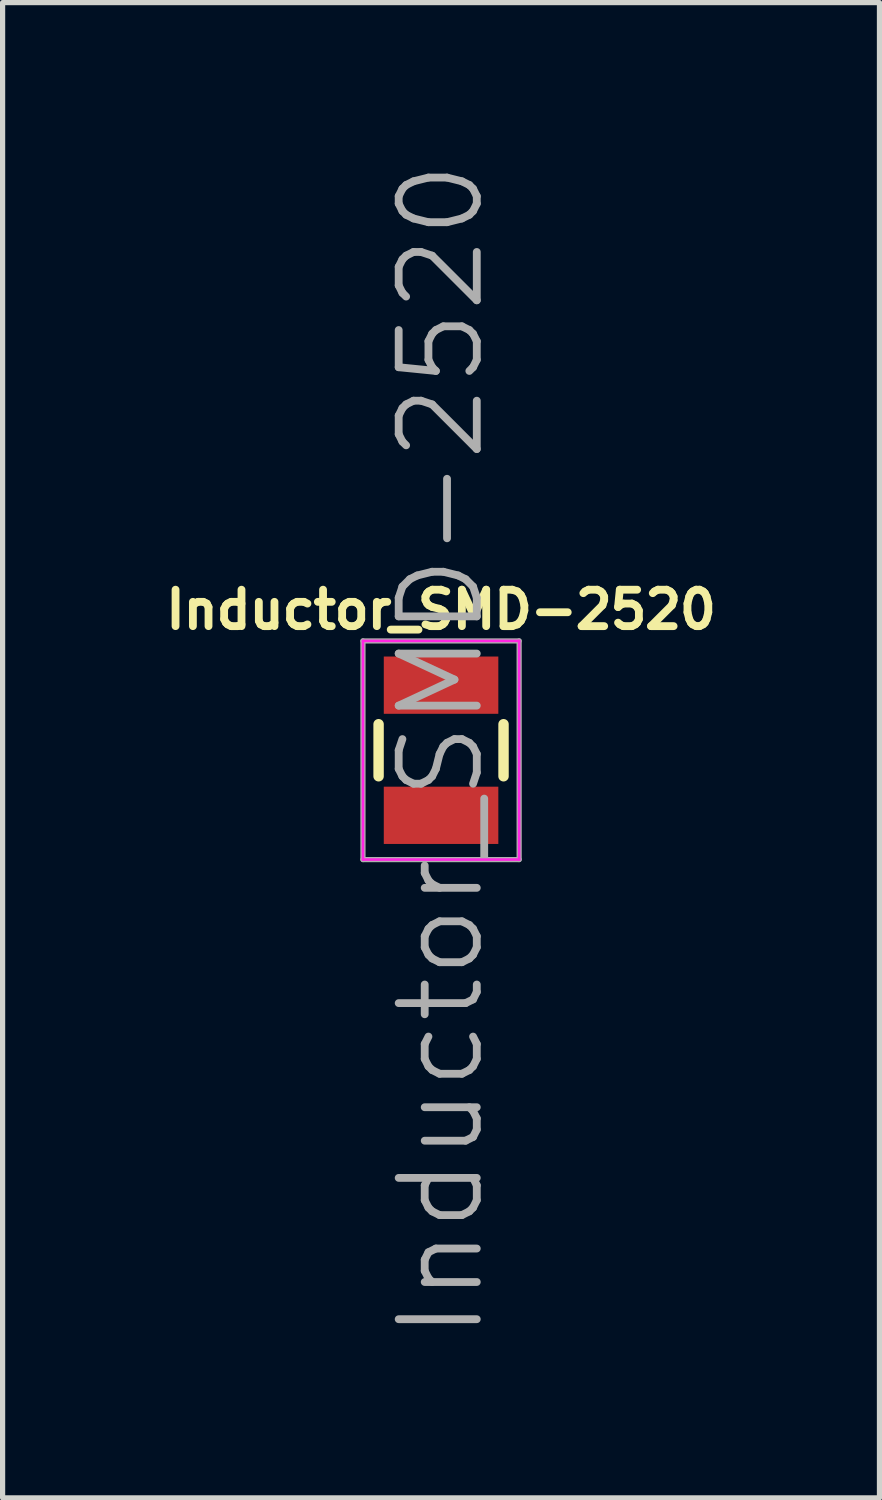
<source format=kicad_pcb>
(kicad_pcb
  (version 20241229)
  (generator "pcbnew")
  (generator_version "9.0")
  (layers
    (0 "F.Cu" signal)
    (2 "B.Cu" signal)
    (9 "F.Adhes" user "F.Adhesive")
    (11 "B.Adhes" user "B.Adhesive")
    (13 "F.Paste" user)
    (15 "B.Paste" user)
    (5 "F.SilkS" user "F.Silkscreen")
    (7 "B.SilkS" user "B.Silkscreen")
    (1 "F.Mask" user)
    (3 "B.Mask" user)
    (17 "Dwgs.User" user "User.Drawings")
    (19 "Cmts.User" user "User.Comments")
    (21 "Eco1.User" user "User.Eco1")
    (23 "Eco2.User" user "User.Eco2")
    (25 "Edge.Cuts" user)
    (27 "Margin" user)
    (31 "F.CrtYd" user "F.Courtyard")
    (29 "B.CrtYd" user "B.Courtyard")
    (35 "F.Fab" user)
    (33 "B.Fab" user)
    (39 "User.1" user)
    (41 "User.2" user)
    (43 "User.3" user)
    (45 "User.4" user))
  (footprint "Inductor_SMD-2520"
    (layer "F.Cu")
    (at 5.422 11.361)
    (property "Reference" "Inductor_SMD-2520" (at 0 -2.7 0) (layer "F.SilkS") (effects (font (size 0.7 0.7) (thickness 0.15))))
    (attr through_hole)
    (fp_line (start -1.2 0.5) (end -1.2 -0.5) (stroke (width 0.2) (type solid)) (layer "F.SilkS"))
    (fp_line (start 1.2 -0.5) (end 1.2 0.5) (stroke (width 0.2) (type solid)) (layer "F.SilkS"))
    (fp_line (start -1.5 -2.1) (end 1.5 -2.1) (stroke (width 0.05) (type solid)) (layer "F.CrtYd"))
    (fp_line (start -1.5 2.1) (end -1.5 -2.1) (stroke (width 0.05) (type solid)) (layer "F.CrtYd"))
    (fp_line (start 1.5 -2.1) (end 1.5 2.1) (stroke (width 0.05) (type solid)) (layer "F.CrtYd"))
    (fp_line (start 1.5 2.1) (end -1.5 2.1) (stroke (width 0.05) (type solid)) (layer "F.CrtYd"))
    (fp_line (start -1.5 -2.1) (end 1.5 -2.1) (stroke (width 0.1) (type solid)) (layer "F.Fab"))
    (fp_line (start -1.5 2.1) (end -1.5 -2.1) (stroke (width 0.1) (type solid)) (layer "F.Fab"))
    (fp_line (start 1.5 -2.1) (end 1.5 2.1) (stroke (width 0.1) (type solid)) (layer "F.Fab"))
    (fp_line (start 1.5 2.1) (end -1.5 2.1) (stroke (width 0.1) (type solid)) (layer "F.Fab"))
    (fp_text user "${REFERENCE}" (at 0 0 90) (layer "F.Fab") (effects (font (size 1.5 1.5) (thickness 0.15))))
    (pad "1" smd rect (at 0 -1.25) (size 2.2 1.1) (layers "F.Cu" "F.Mask" "F.Paste"))
    (pad "2" smd rect (at 0 1.25) (size 2.2 1.1) (layers "F.Cu" "F.Mask" "F.Paste")))
  (gr_rect
    (start -3 -3)
    (end 13.843 25.721)
    (stroke (width 0.1) (type default))
    (fill no)
    (layer "Edge.Cuts")))
</source>
